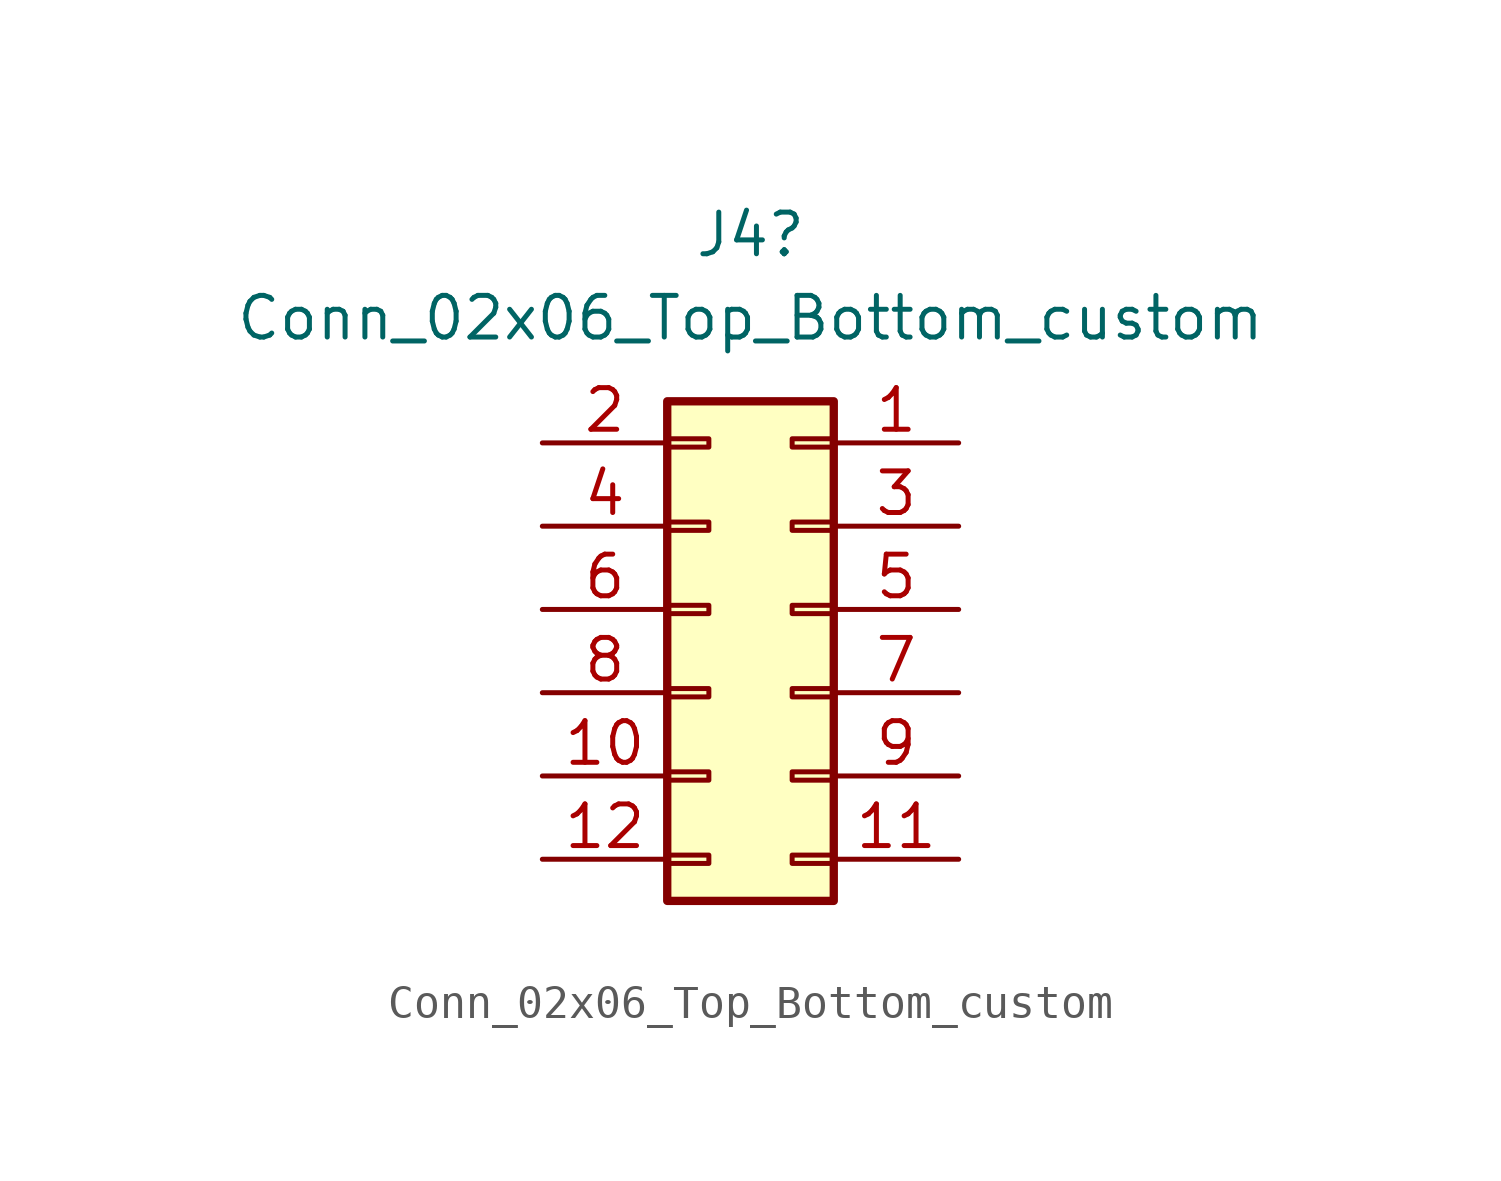
<source format=kicad_sym>
(kicad_symbol_lib
  (version 20241209)
  (generator "kicad_symbol_editor")
  (generator_version "9.0")
  (symbol "Conn_02x06_Top_Bottom_custom"
    (pin_names
      (offset 1.016)
      (hide yes))
    (property "Reference" "J4"
      (at 1.27 11.43 0)
      (effects (font (size 1.27 1.27))))
    (property "Value" "Conn_02x06_Top_Bottom_custom"
      (at 1.27 8.89 0)
      (effects (font (size 1.27 1.27))))
    (symbol "Conn_02x06_Top_Bottom_custom_1_1"
      (rectangle (start -1.27 6.35) (end 3.81 -8.89) (stroke (width 0.254) (type default)) (fill (type background)))
      (rectangle (start -1.27 5.207) (end 0 4.953) (stroke (width 0.152) (type default)) (fill (type none)))
      (rectangle (start -1.27 2.667) (end 0 2.413) (stroke (width 0.152) (type default)) (fill (type none)))
      (rectangle (start -1.27 0.127) (end 0 -0.127) (stroke (width 0.152) (type default)) (fill (type none)))
      (rectangle (start -1.27 -2.413) (end 0 -2.667) (stroke (width 0.152) (type default)) (fill (type none)))
      (rectangle (start -1.27 -4.953) (end 0 -5.207) (stroke (width 0.152) (type default)) (fill (type none)))
      (rectangle (start -1.27 -7.493) (end 0 -7.747) (stroke (width 0.152) (type default)) (fill (type none)))
      (rectangle (start 3.81 5.207) (end 2.54 4.953) (stroke (width 0.152) (type default)) (fill (type none)))
      (rectangle (start 3.81 2.667) (end 2.54 2.413) (stroke (width 0.152) (type default)) (fill (type none)))
      (rectangle (start 3.81 0.127) (end 2.54 -0.127) (stroke (width 0.152) (type default)) (fill (type none)))
      (rectangle (start 3.81 -2.413) (end 2.54 -2.667) (stroke (width 0.152) (type default)) (fill (type none)))
      (rectangle (start 3.81 -4.953) (end 2.54 -5.207) (stroke (width 0.152) (type default)) (fill (type none)))
      (rectangle (start 3.81 -7.493) (end 2.54 -7.747) (stroke (width 0.152) (type default)) (fill (type none)))
      (pin passive line (at -5.08 5.08 0) (length 3.81) (name "Pin_2" (effects (font (size 1.27 1.27)))) (number "2" (effects (font (size 1.27 1.27)))))
      (pin passive line (at -5.08 2.54 0) (length 3.81) (name "Pin_4" (effects (font (size 1.27 1.27)))) (number "4" (effects (font (size 1.27 1.27)))))
      (pin passive line (at -5.08 0 0) (length 3.81) (name "Pin_6" (effects (font (size 1.27 1.27)))) (number "6" (effects (font (size 1.27 1.27)))))
      (pin passive line (at -5.08 -2.54 0) (length 3.81) (name "Pin_8" (effects (font (size 1.27 1.27)))) (number "8" (effects (font (size 1.27 1.27)))))
      (pin passive line (at -5.08 -5.08 0) (length 3.81) (name "Pin_10" (effects (font (size 1.27 1.27)))) (number "10" (effects (font (size 1.27 1.27)))))
      (pin passive line (at -5.08 -7.62 0) (length 3.81) (name "Pin_12" (effects (font (size 1.27 1.27)))) (number "12" (effects (font (size 1.27 1.27)))))
      (pin passive line (at 7.62 5.08 180) (length 3.81) (name "Pin_1" (effects (font (size 1.27 1.27)))) (number "1" (effects (font (size 1.27 1.27)))))
      (pin passive line (at 7.62 2.54 180) (length 3.81) (name "Pin_3" (effects (font (size 1.27 1.27)))) (number "3" (effects (font (size 1.27 1.27)))))
      (pin passive line (at 7.62 0 180) (length 3.81) (name "Pin_5" (effects (font (size 1.27 1.27)))) (number "5" (effects (font (size 1.27 1.27)))))
      (pin passive line (at 7.62 -2.54 180) (length 3.81) (name "Pin_7" (effects (font (size 1.27 1.27)))) (number "7" (effects (font (size 1.27 1.27)))))
      (pin passive line (at 7.62 -5.08 180) (length 3.81) (name "Pin_9" (effects (font (size 1.27 1.27)))) (number "9" (effects (font (size 1.27 1.27)))))
      (pin passive line (at 7.62 -7.62 180) (length 3.81) (name "Pin_11" (effects (font (size 1.27 1.27)))) (number "11" (effects (font (size 1.27 1.27))))))))
</source>
